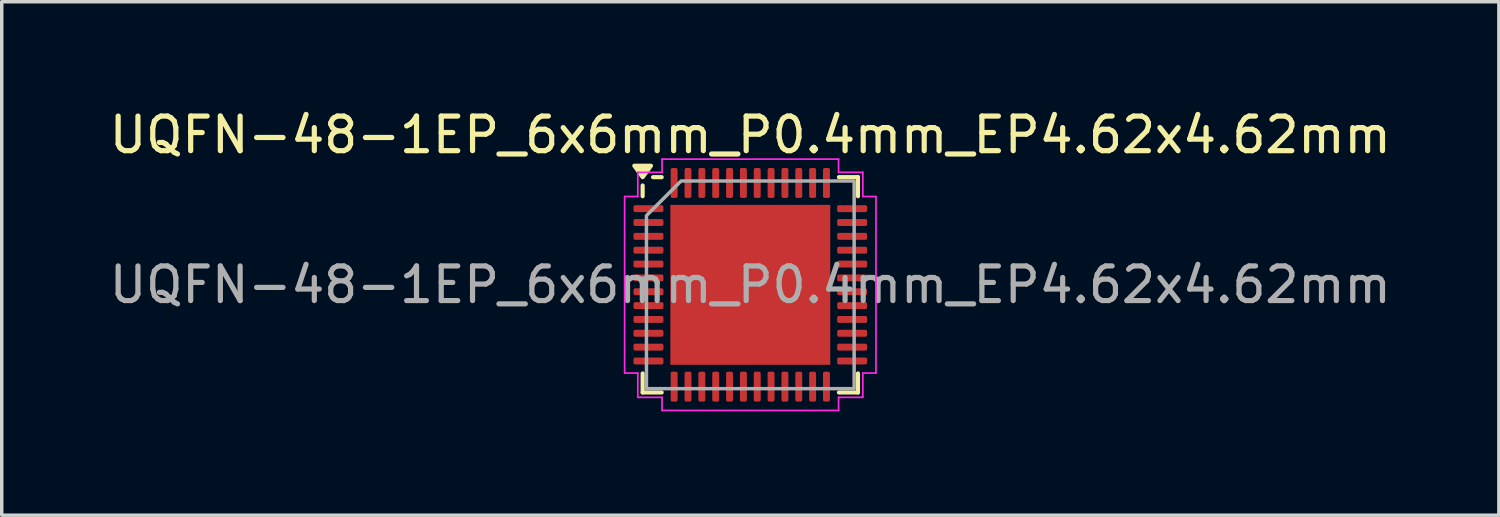
<source format=kicad_pcb>
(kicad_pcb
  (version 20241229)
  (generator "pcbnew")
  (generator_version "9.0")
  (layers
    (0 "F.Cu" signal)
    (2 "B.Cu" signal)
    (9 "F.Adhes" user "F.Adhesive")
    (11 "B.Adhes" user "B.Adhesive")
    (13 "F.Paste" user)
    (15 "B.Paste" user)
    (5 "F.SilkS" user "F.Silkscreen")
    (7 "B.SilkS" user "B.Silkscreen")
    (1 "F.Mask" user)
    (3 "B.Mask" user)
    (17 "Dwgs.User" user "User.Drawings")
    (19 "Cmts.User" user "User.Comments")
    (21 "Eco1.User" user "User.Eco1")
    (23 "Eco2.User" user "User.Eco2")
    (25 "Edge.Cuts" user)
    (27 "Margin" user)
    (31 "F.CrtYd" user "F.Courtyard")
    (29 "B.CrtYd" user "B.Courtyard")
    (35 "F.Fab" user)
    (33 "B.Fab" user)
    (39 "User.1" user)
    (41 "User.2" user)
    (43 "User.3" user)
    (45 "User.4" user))
  (footprint "UQFN-48-1EP_6x6mm_P0.4mm_EP4.62x4.62mm"
    (layer "F.Cu")
    (at 18.625 5.178)
    (property "Reference" "UQFN-48-1EP_6x6mm_P0.4mm_EP4.62x4.62mm" (at 0 -4.33 0) (layer "F.SilkS") (effects (font (size 1 1) (thickness 0.15))))
    (attr smd)
    (fp_line (start -3.11 -2.56) (end -3.11 -2.87) (stroke (width 0.12) (type solid)) (layer "F.SilkS"))
    (fp_line (start -3.11 3.11) (end -3.11 2.56) (stroke (width 0.12) (type solid)) (layer "F.SilkS"))
    (fp_line (start -2.56 -3.11) (end -2.81 -3.11) (stroke (width 0.12) (type solid)) (layer "F.SilkS"))
    (fp_line (start -2.56 3.11) (end -3.11 3.11) (stroke (width 0.12) (type solid)) (layer "F.SilkS"))
    (fp_line (start 2.56 -3.11) (end 3.11 -3.11) (stroke (width 0.12) (type solid)) (layer "F.SilkS"))
    (fp_line (start 2.56 3.11) (end 3.11 3.11) (stroke (width 0.12) (type solid)) (layer "F.SilkS"))
    (fp_line (start 3.11 -3.11) (end 3.11 -2.56) (stroke (width 0.12) (type solid)) (layer "F.SilkS"))
    (fp_line (start 3.11 3.11) (end 3.11 2.56) (stroke (width 0.12) (type solid)) (layer "F.SilkS"))
    (fp_poly (pts (xy -3.11 -3.11) (xy -3.35 -3.44) (xy -2.87 -3.44)) (stroke (width 0.12) (type solid)) (fill yes) (layer "F.SilkS"))
    (fp_line (start -3.63 -2.55) (end -3.25 -2.55) (stroke (width 0.05) (type solid)) (layer "F.CrtYd"))
    (fp_line (start -3.63 2.55) (end -3.63 -2.55) (stroke (width 0.05) (type solid)) (layer "F.CrtYd"))
    (fp_line (start -3.25 -3.25) (end -2.55 -3.25) (stroke (width 0.05) (type solid)) (layer "F.CrtYd"))
    (fp_line (start -3.25 -2.55) (end -3.25 -3.25) (stroke (width 0.05) (type solid)) (layer "F.CrtYd"))
    (fp_line (start -3.25 2.55) (end -3.63 2.55) (stroke (width 0.05) (type solid)) (layer "F.CrtYd"))
    (fp_line (start -3.25 3.25) (end -3.25 2.55) (stroke (width 0.05) (type solid)) (layer "F.CrtYd"))
    (fp_line (start -2.55 -3.63) (end 2.55 -3.63) (stroke (width 0.05) (type solid)) (layer "F.CrtYd"))
    (fp_line (start -2.55 -3.25) (end -2.55 -3.63) (stroke (width 0.05) (type solid)) (layer "F.CrtYd"))
    (fp_line (start -2.55 3.25) (end -3.25 3.25) (stroke (width 0.05) (type solid)) (layer "F.CrtYd"))
    (fp_line (start -2.55 3.63) (end -2.55 3.25) (stroke (width 0.05) (type solid)) (layer "F.CrtYd"))
    (fp_line (start 2.55 -3.63) (end 2.55 -3.25) (stroke (width 0.05) (type solid)) (layer "F.CrtYd"))
    (fp_line (start 2.55 -3.25) (end 3.25 -3.25) (stroke (width 0.05) (type solid)) (layer "F.CrtYd"))
    (fp_line (start 2.55 3.25) (end 2.55 3.63) (stroke (width 0.05) (type solid)) (layer "F.CrtYd"))
    (fp_line (start 2.55 3.63) (end -2.55 3.63) (stroke (width 0.05) (type solid)) (layer "F.CrtYd"))
    (fp_line (start 3.25 -3.25) (end 3.25 -2.55) (stroke (width 0.05) (type solid)) (layer "F.CrtYd"))
    (fp_line (start 3.25 -2.55) (end 3.63 -2.55) (stroke (width 0.05) (type solid)) (layer "F.CrtYd"))
    (fp_line (start 3.25 2.55) (end 3.25 3.25) (stroke (width 0.05) (type solid)) (layer "F.CrtYd"))
    (fp_line (start 3.25 3.25) (end 2.55 3.25) (stroke (width 0.05) (type solid)) (layer "F.CrtYd"))
    (fp_line (start 3.63 -2.55) (end 3.63 2.55) (stroke (width 0.05) (type solid)) (layer "F.CrtYd"))
    (fp_line (start 3.63 2.55) (end 3.25 2.55) (stroke (width 0.05) (type solid)) (layer "F.CrtYd"))
    (fp_poly (pts (xy -3 -2) (xy -3 3) (xy 3 3) (xy 3 -3) (xy -2 -3)) (stroke (width 0.1) (type solid)) (fill no) (layer "F.Fab"))
    (fp_text user "${REFERENCE}" (at 0 0 0) (layer "F.Fab") (effects (font (size 1 1) (thickness 0.15))))
    (pad "" smd roundrect (at -1.155 -1.155) (size 1.86 1.86) (layers "F.Paste") (roundrect_rratio 0.134))
    (pad "" smd roundrect (at -1.155 1.155) (size 1.86 1.86) (layers "F.Paste") (roundrect_rratio 0.134))
    (pad "" smd roundrect (at 1.155 -1.155) (size 1.86 1.86) (layers "F.Paste") (roundrect_rratio 0.134))
    (pad "" smd roundrect (at 1.155 1.155) (size 1.86 1.86) (layers "F.Paste") (roundrect_rratio 0.134))
    (pad "1" smd roundrect (at -2.942 -2.2) (size 0.865 0.2) (layers "F.Cu" "F.Mask" "F.Paste") (roundrect_rratio 0.25))
    (pad "2" smd roundrect (at -2.942 -1.8) (size 0.865 0.2) (layers "F.Cu" "F.Mask" "F.Paste") (roundrect_rratio 0.25))
    (pad "3" smd roundrect (at -2.942 -1.4) (size 0.865 0.2) (layers "F.Cu" "F.Mask" "F.Paste") (roundrect_rratio 0.25))
    (pad "4" smd roundrect (at -2.942 -1) (size 0.865 0.2) (layers "F.Cu" "F.Mask" "F.Paste") (roundrect_rratio 0.25))
    (pad "5" smd roundrect (at -2.942 -0.6) (size 0.865 0.2) (layers "F.Cu" "F.Mask" "F.Paste") (roundrect_rratio 0.25))
    (pad "6" smd roundrect (at -2.942 -0.2) (size 0.865 0.2) (layers "F.Cu" "F.Mask" "F.Paste") (roundrect_rratio 0.25))
    (pad "7" smd roundrect (at -2.942 0.2) (size 0.865 0.2) (layers "F.Cu" "F.Mask" "F.Paste") (roundrect_rratio 0.25))
    (pad "8" smd roundrect (at -2.942 0.6) (size 0.865 0.2) (layers "F.Cu" "F.Mask" "F.Paste") (roundrect_rratio 0.25))
    (pad "9" smd roundrect (at -2.942 1) (size 0.865 0.2) (layers "F.Cu" "F.Mask" "F.Paste") (roundrect_rratio 0.25))
    (pad "10" smd roundrect (at -2.942 1.4) (size 0.865 0.2) (layers "F.Cu" "F.Mask" "F.Paste") (roundrect_rratio 0.25))
    (pad "11" smd roundrect (at -2.942 1.8) (size 0.865 0.2) (layers "F.Cu" "F.Mask" "F.Paste") (roundrect_rratio 0.25))
    (pad "12" smd roundrect (at -2.942 2.2) (size 0.865 0.2) (layers "F.Cu" "F.Mask" "F.Paste") (roundrect_rratio 0.25))
    (pad "13" smd roundrect (at -2.2 2.942) (size 0.2 0.865) (layers "F.Cu" "F.Mask" "F.Paste") (roundrect_rratio 0.25))
    (pad "14" smd roundrect (at -1.8 2.942) (size 0.2 0.865) (layers "F.Cu" "F.Mask" "F.Paste") (roundrect_rratio 0.25))
    (pad "15" smd roundrect (at -1.4 2.942) (size 0.2 0.865) (layers "F.Cu" "F.Mask" "F.Paste") (roundrect_rratio 0.25))
    (pad "16" smd roundrect (at -1 2.942) (size 0.2 0.865) (layers "F.Cu" "F.Mask" "F.Paste") (roundrect_rratio 0.25))
    (pad "17" smd roundrect (at -0.6 2.942) (size 0.2 0.865) (layers "F.Cu" "F.Mask" "F.Paste") (roundrect_rratio 0.25))
    (pad "18" smd roundrect (at -0.2 2.942) (size 0.2 0.865) (layers "F.Cu" "F.Mask" "F.Paste") (roundrect_rratio 0.25))
    (pad "19" smd roundrect (at 0.2 2.942) (size 0.2 0.865) (layers "F.Cu" "F.Mask" "F.Paste") (roundrect_rratio 0.25))
    (pad "20" smd roundrect (at 0.6 2.942) (size 0.2 0.865) (layers "F.Cu" "F.Mask" "F.Paste") (roundrect_rratio 0.25))
    (pad "21" smd roundrect (at 1 2.942) (size 0.2 0.865) (layers "F.Cu" "F.Mask" "F.Paste") (roundrect_rratio 0.25))
    (pad "22" smd roundrect (at 1.4 2.942) (size 0.2 0.865) (layers "F.Cu" "F.Mask" "F.Paste") (roundrect_rratio 0.25))
    (pad "23" smd roundrect (at 1.8 2.942) (size 0.2 0.865) (layers "F.Cu" "F.Mask" "F.Paste") (roundrect_rratio 0.25))
    (pad "24" smd roundrect (at 2.2 2.942) (size 0.2 0.865) (layers "F.Cu" "F.Mask" "F.Paste") (roundrect_rratio 0.25))
    (pad "25" smd roundrect (at 2.942 2.2) (size 0.865 0.2) (layers "F.Cu" "F.Mask" "F.Paste") (roundrect_rratio 0.25))
    (pad "26" smd roundrect (at 2.942 1.8) (size 0.865 0.2) (layers "F.Cu" "F.Mask" "F.Paste") (roundrect_rratio 0.25))
    (pad "27" smd roundrect (at 2.942 1.4) (size 0.865 0.2) (layers "F.Cu" "F.Mask" "F.Paste") (roundrect_rratio 0.25))
    (pad "28" smd roundrect (at 2.942 1) (size 0.865 0.2) (layers "F.Cu" "F.Mask" "F.Paste") (roundrect_rratio 0.25))
    (pad "29" smd roundrect (at 2.942 0.6) (size 0.865 0.2) (layers "F.Cu" "F.Mask" "F.Paste") (roundrect_rratio 0.25))
    (pad "30" smd roundrect (at 2.942 0.2) (size 0.865 0.2) (layers "F.Cu" "F.Mask" "F.Paste") (roundrect_rratio 0.25))
    (pad "31" smd roundrect (at 2.942 -0.2) (size 0.865 0.2) (layers "F.Cu" "F.Mask" "F.Paste") (roundrect_rratio 0.25))
    (pad "32" smd roundrect (at 2.942 -0.6) (size 0.865 0.2) (layers "F.Cu" "F.Mask" "F.Paste") (roundrect_rratio 0.25))
    (pad "33" smd roundrect (at 2.942 -1) (size 0.865 0.2) (layers "F.Cu" "F.Mask" "F.Paste") (roundrect_rratio 0.25))
    (pad "34" smd roundrect (at 2.942 -1.4) (size 0.865 0.2) (layers "F.Cu" "F.Mask" "F.Paste") (roundrect_rratio 0.25))
    (pad "35" smd roundrect (at 2.942 -1.8) (size 0.865 0.2) (layers "F.Cu" "F.Mask" "F.Paste") (roundrect_rratio 0.25))
    (pad "36" smd roundrect (at 2.942 -2.2) (size 0.865 0.2) (layers "F.Cu" "F.Mask" "F.Paste") (roundrect_rratio 0.25))
    (pad "37" smd roundrect (at 2.2 -2.942) (size 0.2 0.865) (layers "F.Cu" "F.Mask" "F.Paste") (roundrect_rratio 0.25))
    (pad "38" smd roundrect (at 1.8 -2.942) (size 0.2 0.865) (layers "F.Cu" "F.Mask" "F.Paste") (roundrect_rratio 0.25))
    (pad "39" smd roundrect (at 1.4 -2.942) (size 0.2 0.865) (layers "F.Cu" "F.Mask" "F.Paste") (roundrect_rratio 0.25))
    (pad "40" smd roundrect (at 1 -2.942) (size 0.2 0.865) (layers "F.Cu" "F.Mask" "F.Paste") (roundrect_rratio 0.25))
    (pad "41" smd roundrect (at 0.6 -2.942) (size 0.2 0.865) (layers "F.Cu" "F.Mask" "F.Paste") (roundrect_rratio 0.25))
    (pad "42" smd roundrect (at 0.2 -2.942) (size 0.2 0.865) (layers "F.Cu" "F.Mask" "F.Paste") (roundrect_rratio 0.25))
    (pad "43" smd roundrect (at -0.2 -2.942) (size 0.2 0.865) (layers "F.Cu" "F.Mask" "F.Paste") (roundrect_rratio 0.25))
    (pad "44" smd roundrect (at -0.6 -2.942) (size 0.2 0.865) (layers "F.Cu" "F.Mask" "F.Paste") (roundrect_rratio 0.25))
    (pad "45" smd roundrect (at -1 -2.942) (size 0.2 0.865) (layers "F.Cu" "F.Mask" "F.Paste") (roundrect_rratio 0.25))
    (pad "46" smd roundrect (at -1.4 -2.942) (size 0.2 0.865) (layers "F.Cu" "F.Mask" "F.Paste") (roundrect_rratio 0.25))
    (pad "47" smd roundrect (at -1.8 -2.942) (size 0.2 0.865) (layers "F.Cu" "F.Mask" "F.Paste") (roundrect_rratio 0.25))
    (pad "48" smd roundrect (at -2.2 -2.942) (size 0.2 0.865) (layers "F.Cu" "F.Mask" "F.Paste") (roundrect_rratio 0.25))
    (pad "49" smd rect (at 0 0) (size 4.62 4.62) (property pad_prop_heatsink) (layers "F.Cu" "F.Mask")))
  (gr_rect
    (start -3 -3)
    (end 40.25 11.833)
    (stroke (width 0.1) (type default))
    (fill no)
    (layer "Edge.Cuts")))
</source>
